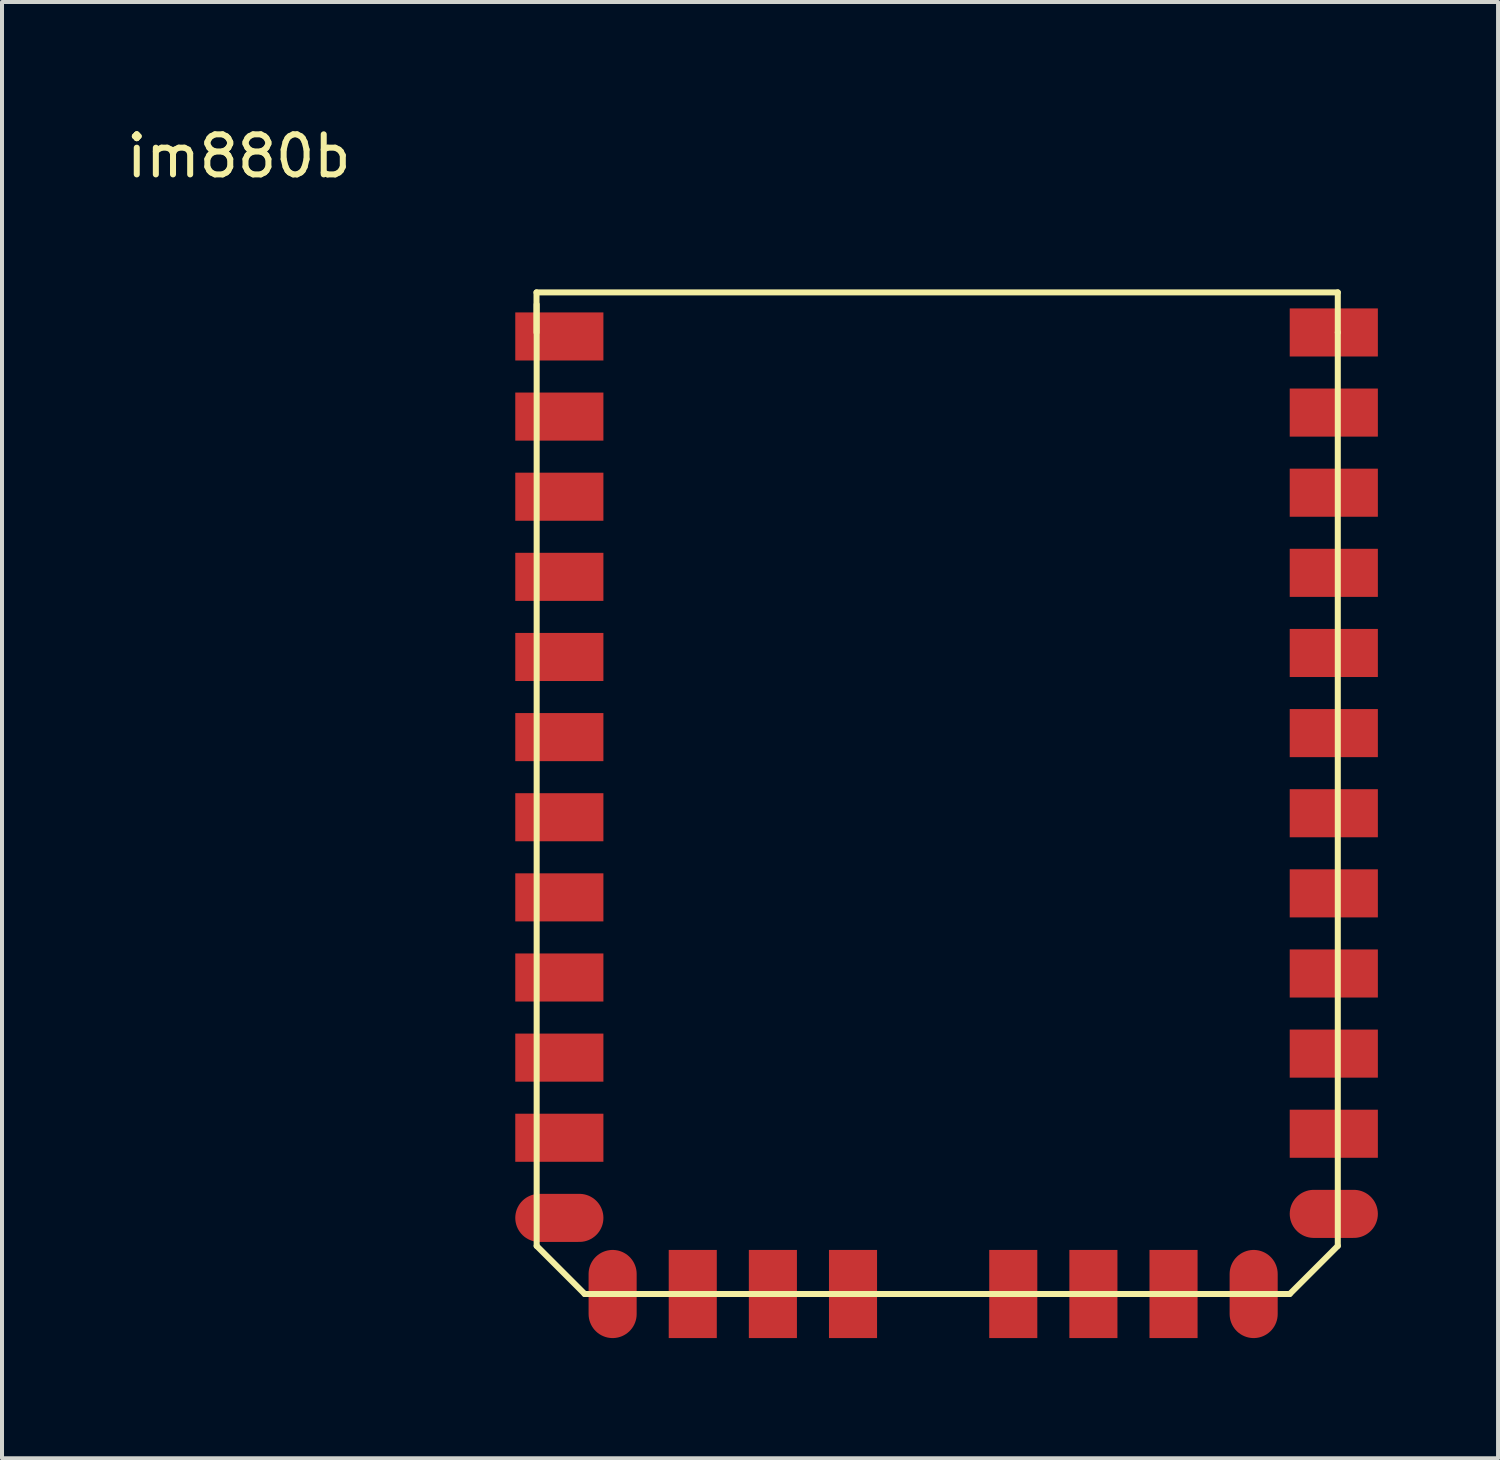
<source format=kicad_pcb>
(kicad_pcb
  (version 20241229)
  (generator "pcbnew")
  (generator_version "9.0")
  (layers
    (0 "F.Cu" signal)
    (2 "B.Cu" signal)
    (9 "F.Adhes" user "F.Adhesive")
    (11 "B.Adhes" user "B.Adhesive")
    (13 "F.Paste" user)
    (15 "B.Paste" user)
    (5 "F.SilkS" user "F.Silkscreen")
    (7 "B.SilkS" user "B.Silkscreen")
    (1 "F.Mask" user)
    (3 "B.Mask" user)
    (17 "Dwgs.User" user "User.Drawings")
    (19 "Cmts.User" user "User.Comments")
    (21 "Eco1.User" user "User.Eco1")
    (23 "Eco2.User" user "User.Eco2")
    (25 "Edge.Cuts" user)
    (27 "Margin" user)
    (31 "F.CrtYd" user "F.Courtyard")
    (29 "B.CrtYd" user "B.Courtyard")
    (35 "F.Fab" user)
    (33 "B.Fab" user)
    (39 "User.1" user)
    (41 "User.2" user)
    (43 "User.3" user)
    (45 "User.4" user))
  (footprint "im880b"
    (layer "F.Cu")
    (at 10.911 5.348)
    (property "Reference" "im880b" (at -8 -4.5 0) (layer "F.SilkS") (effects (font (size 1 1) (thickness 0.15))))
    (attr through_hole)
    (fp_line (start -0.57 -1.1) (end -0.57 -0.1) (stroke (width 0.15) (type solid)) (layer "F.SilkS"))
    (fp_line (start -0.566 -0.8) (end -0.566 22.7) (stroke (width 0.15) (type solid)) (layer "F.SilkS"))
    (fp_line (start -0.566 22.7) (end 0.634 23.9) (stroke (width 0.15) (type solid)) (layer "F.SilkS"))
    (fp_line (start 0.63 23.9) (end 18.23 23.9) (stroke (width 0.15) (type solid)) (layer "F.SilkS"))
    (fp_line (start 18.23 23.9) (end 19.43 22.7) (stroke (width 0.15) (type solid)) (layer "F.SilkS"))
    (fp_line (start 19.43 -1.1) (end -0.57 -1.1) (stroke (width 0.15) (type solid)) (layer "F.SilkS"))
    (fp_line (start 19.43 -0.1) (end 19.43 -1.1) (stroke (width 0.15) (type solid)) (layer "F.SilkS"))
    (fp_line (start 19.43 22.7) (end 19.43 -0.1) (stroke (width 0.15) (type solid)) (layer "F.SilkS"))
    (pad "1" smd rect (at 0 0) (size 2.2 1.2) (layers "F.Cu" "F.Mask" "F.Paste"))
    (pad "2" smd rect (at 0 2) (size 2.2 1.2) (layers "F.Cu" "F.Mask" "F.Paste"))
    (pad "3" smd rect (at 0 4) (size 2.2 1.2) (layers "F.Cu" "F.Mask" "F.Paste"))
    (pad "4" smd rect (at 0 6) (size 2.2 1.2) (layers "F.Cu" "F.Mask" "F.Paste"))
    (pad "5" smd rect (at 0 8) (size 2.2 1.2) (layers "F.Cu" "F.Mask" "F.Paste"))
    (pad "6" smd rect (at 0 10) (size 2.2 1.2) (layers "F.Cu" "F.Mask" "F.Paste"))
    (pad "7" smd rect (at 0 12) (size 2.2 1.2) (layers "F.Cu" "F.Mask" "F.Paste"))
    (pad "8" smd rect (at 0 14) (size 2.2 1.2) (layers "F.Cu" "F.Mask" "F.Paste"))
    (pad "9" smd rect (at 0 16) (size 2.2 1.2) (layers "F.Cu" "F.Mask" "F.Paste"))
    (pad "10" smd rect (at 0 18) (size 2.2 1.2) (layers "F.Cu" "F.Mask" "F.Paste"))
    (pad "11" smd rect (at 0 20) (size 2.2 1.2) (layers "F.Cu" "F.Mask" "F.Paste"))
    (pad "12" smd oval (at 0 22) (size 2.2 1.2) (layers "F.Cu" "F.Mask" "F.Paste"))
    (pad "13" smd oval (at 1.33 23.9) (size 1.2 2.2) (layers "F.Cu" "F.Mask" "F.Paste"))
    (pad "14" smd rect (at 3.33 23.9) (size 1.2 2.2) (layers "F.Cu" "F.Mask" "F.Paste"))
    (pad "15" smd rect (at 5.33 23.9) (size 1.2 2.2) (layers "F.Cu" "F.Mask" "F.Paste"))
    (pad "16" smd rect (at 7.33 23.9) (size 1.2 2.2) (layers "F.Cu" "F.Mask" "F.Paste"))
    (pad "17" smd rect (at 11.33 23.9) (size 1.2 2.2) (layers "F.Cu" "F.Mask" "F.Paste"))
    (pad "18" smd rect (at 13.33 23.9) (size 1.2 2.2) (layers "F.Cu" "F.Mask" "F.Paste"))
    (pad "19" smd rect (at 15.33 23.9) (size 1.2 2.2) (layers "F.Cu" "F.Mask" "F.Paste"))
    (pad "20" smd oval (at 17.33 23.9) (size 1.2 2.2) (layers "F.Cu" "F.Mask" "F.Paste"))
    (pad "21" smd oval (at 19.33 21.9) (size 2.2 1.2) (layers "F.Cu" "F.Mask" "F.Paste"))
    (pad "22" smd rect (at 19.33 19.9) (size 2.2 1.2) (layers "F.Cu" "F.Mask" "F.Paste"))
    (pad "23" smd rect (at 19.33 17.9) (size 2.2 1.2) (layers "F.Cu" "F.Mask" "F.Paste"))
    (pad "24" smd rect (at 19.33 15.9) (size 2.2 1.2) (layers "F.Cu" "F.Mask" "F.Paste"))
    (pad "25" smd rect (at 19.33 13.9) (size 2.2 1.2) (layers "F.Cu" "F.Mask" "F.Paste"))
    (pad "26" smd rect (at 19.33 11.9) (size 2.2 1.2) (layers "F.Cu" "F.Mask" "F.Paste"))
    (pad "27" smd rect (at 19.33 9.9) (size 2.2 1.2) (layers "F.Cu" "F.Mask" "F.Paste"))
    (pad "28" smd rect (at 19.33 7.9) (size 2.2 1.2) (layers "F.Cu" "F.Mask" "F.Paste"))
    (pad "29" smd rect (at 19.33 5.9) (size 2.2 1.2) (layers "F.Cu" "F.Mask" "F.Paste"))
    (pad "30" smd rect (at 19.33 3.9) (size 2.2 1.2) (layers "F.Cu" "F.Mask" "F.Paste"))
    (pad "31" smd rect (at 19.33 1.9) (size 2.2 1.2) (layers "F.Cu" "F.Mask" "F.Paste"))
    (pad "32" smd rect (at 19.33 -0.1) (size 2.2 1.2) (layers "F.Cu" "F.Mask" "F.Paste")))
  (gr_rect
    (start -3 -3)
    (end 34.341 33.348)
    (stroke (width 0.1) (type default))
    (fill no)
    (layer "Edge.Cuts")))
</source>
